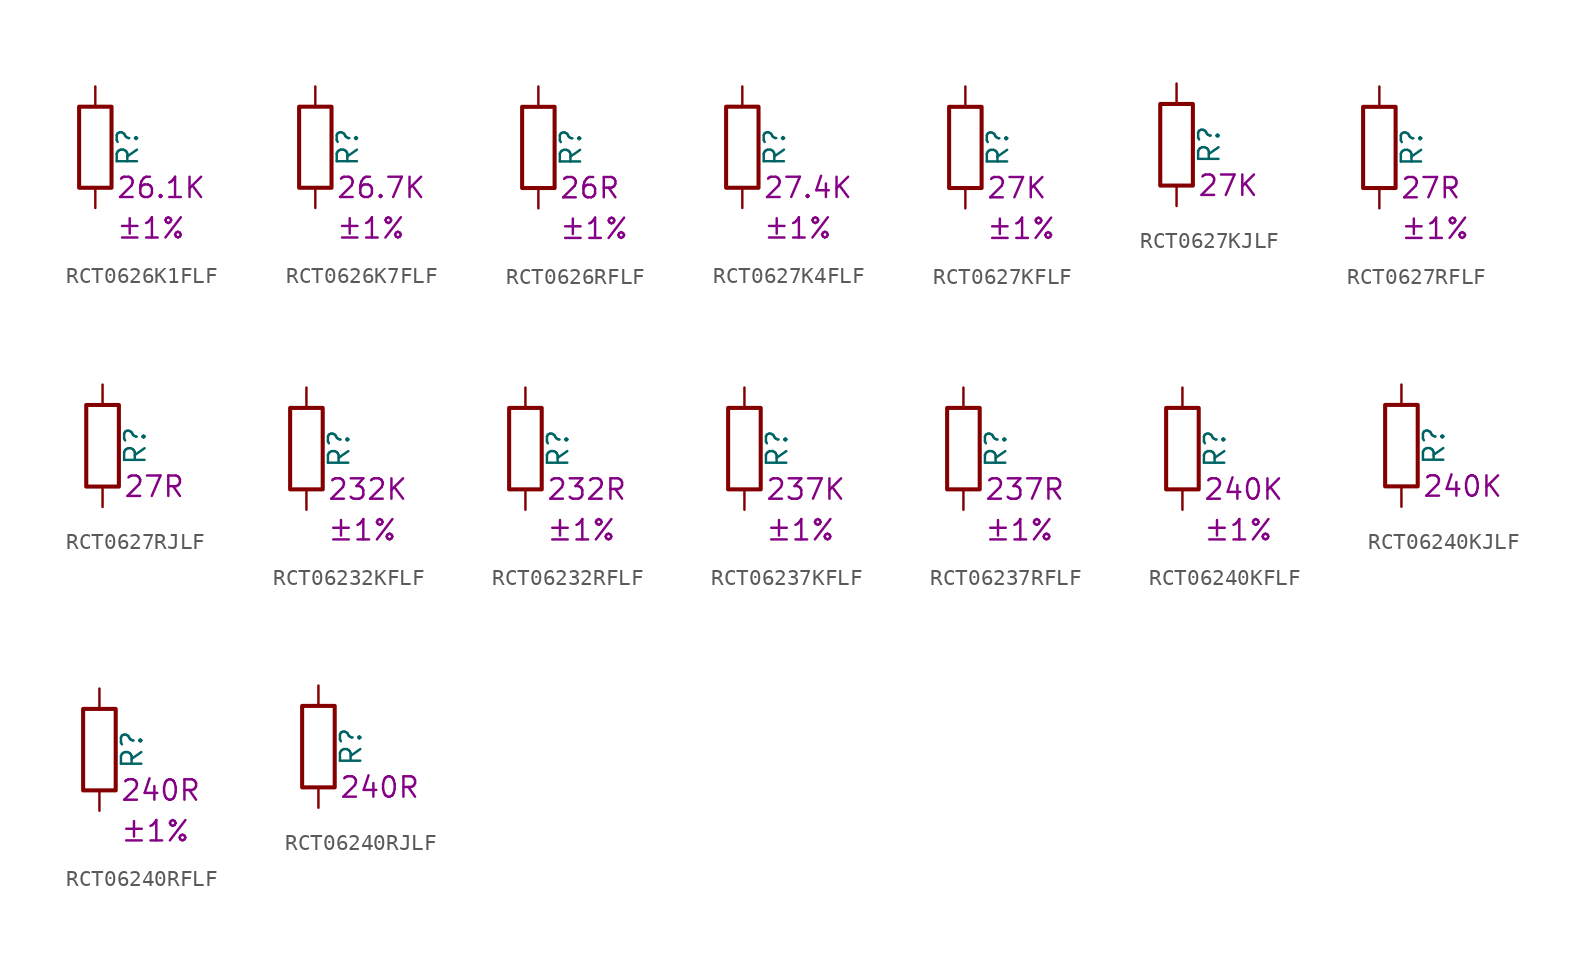
<source format=kicad_sym>
(kicad_symbol_lib
  (version 20220914)
  (generator kicad_symbol_editor)
  (symbol "RCT0626K1FLF"
    (pin_numbers hide)
    (pin_names
      (offset 0))
    (property "Reference" "R"
      (at 2.032 0 90)
      (effects (font (size 1.27 1.27))))
    (property "Resistance" "26.1K"
      (at 1.27 -2.54 0)
      (effects (font (size 1.27 1.27)) (justify left)))
    (property "Tolerance" "±1%"
      (at 1.27 -5.08 0)
      (effects (font (size 1.27 1.27)) (justify left)))
    (symbol "RCT0626K1FLF_0_1"
      (rectangle (start -1.016 -2.54) (end 1.016 2.54) (stroke (width 0.254) (type default)) (fill (type none))))
    (symbol "RCT0626K1FLF_1_1"
      (pin passive line (at 0 3.81 270) (length 1.27) (name "~" (effects (font (size 1.27 1.27)))) (number "1" (effects (font (size 1.27 1.27)))))
      (pin passive line (at 0 -3.81 90) (length 1.27) (name "~" (effects (font (size 1.27 1.27)))) (number "2" (effects (font (size 1.27 1.27)))))))
  (symbol "RCT0626K7FLF"
    (pin_numbers hide)
    (pin_names
      (offset 0))
    (property "Reference" "R"
      (at 2.032 0 90)
      (effects (font (size 1.27 1.27))))
    (property "Resistance" "26.7K"
      (at 1.27 -2.54 0)
      (effects (font (size 1.27 1.27)) (justify left)))
    (property "Tolerance" "±1%"
      (at 1.27 -5.08 0)
      (effects (font (size 1.27 1.27)) (justify left)))
    (symbol "RCT0626K7FLF_0_1"
      (rectangle (start -1.016 -2.54) (end 1.016 2.54) (stroke (width 0.254) (type default)) (fill (type none))))
    (symbol "RCT0626K7FLF_1_1"
      (pin passive line (at 0 3.81 270) (length 1.27) (name "~" (effects (font (size 1.27 1.27)))) (number "1" (effects (font (size 1.27 1.27)))))
      (pin passive line (at 0 -3.81 90) (length 1.27) (name "~" (effects (font (size 1.27 1.27)))) (number "2" (effects (font (size 1.27 1.27)))))))
  (symbol "RCT0626RFLF"
    (pin_numbers hide)
    (pin_names
      (offset 0))
    (property "Reference" "R"
      (at 2.032 0 90)
      (effects (font (size 1.27 1.27))))
    (property "Resistance" "26R"
      (at 1.27 -2.54 0)
      (effects (font (size 1.27 1.27)) (justify left)))
    (property "Tolerance" "±1%"
      (at 1.27 -5.08 0)
      (effects (font (size 1.27 1.27)) (justify left)))
    (symbol "RCT0626RFLF_0_1"
      (rectangle (start -1.016 -2.54) (end 1.016 2.54) (stroke (width 0.254) (type default)) (fill (type none))))
    (symbol "RCT0626RFLF_1_1"
      (pin passive line (at 0 3.81 270) (length 1.27) (name "~" (effects (font (size 1.27 1.27)))) (number "1" (effects (font (size 1.27 1.27)))))
      (pin passive line (at 0 -3.81 90) (length 1.27) (name "~" (effects (font (size 1.27 1.27)))) (number "2" (effects (font (size 1.27 1.27)))))))
  (symbol "RCT0627K4FLF"
    (pin_numbers hide)
    (pin_names
      (offset 0))
    (property "Reference" "R"
      (at 2.032 0 90)
      (effects (font (size 1.27 1.27))))
    (property "Resistance" "27.4K"
      (at 1.27 -2.54 0)
      (effects (font (size 1.27 1.27)) (justify left)))
    (property "Tolerance" "±1%"
      (at 1.27 -5.08 0)
      (effects (font (size 1.27 1.27)) (justify left)))
    (symbol "RCT0627K4FLF_0_1"
      (rectangle (start -1.016 -2.54) (end 1.016 2.54) (stroke (width 0.254) (type default)) (fill (type none))))
    (symbol "RCT0627K4FLF_1_1"
      (pin passive line (at 0 3.81 270) (length 1.27) (name "~" (effects (font (size 1.27 1.27)))) (number "1" (effects (font (size 1.27 1.27)))))
      (pin passive line (at 0 -3.81 90) (length 1.27) (name "~" (effects (font (size 1.27 1.27)))) (number "2" (effects (font (size 1.27 1.27)))))))
  (symbol "RCT0627KFLF"
    (pin_numbers hide)
    (pin_names
      (offset 0))
    (property "Reference" "R"
      (at 2.032 0 90)
      (effects (font (size 1.27 1.27))))
    (property "Resistance" "27K"
      (at 1.27 -2.54 0)
      (effects (font (size 1.27 1.27)) (justify left)))
    (property "Tolerance" "±1%"
      (at 1.27 -5.08 0)
      (effects (font (size 1.27 1.27)) (justify left)))
    (symbol "RCT0627KFLF_0_1"
      (rectangle (start -1.016 -2.54) (end 1.016 2.54) (stroke (width 0.254) (type default)) (fill (type none))))
    (symbol "RCT0627KFLF_1_1"
      (pin passive line (at 0 3.81 270) (length 1.27) (name "~" (effects (font (size 1.27 1.27)))) (number "1" (effects (font (size 1.27 1.27)))))
      (pin passive line (at 0 -3.81 90) (length 1.27) (name "~" (effects (font (size 1.27 1.27)))) (number "2" (effects (font (size 1.27 1.27)))))))
  (symbol "RCT0627KJLF"
    (pin_numbers hide)
    (pin_names
      (offset 0))
    (property "Reference" "R"
      (at 2.032 0 90)
      (effects (font (size 1.27 1.27))))
    (property "Resistance" "27K"
      (at 1.27 -2.54 0)
      (effects (font (size 1.27 1.27)) (justify left)))
    (symbol "RCT0627KJLF_0_1"
      (rectangle (start -1.016 -2.54) (end 1.016 2.54) (stroke (width 0.254) (type default)) (fill (type none))))
    (symbol "RCT0627KJLF_1_1"
      (pin passive line (at 0 3.81 270) (length 1.27) (name "~" (effects (font (size 1.27 1.27)))) (number "1" (effects (font (size 1.27 1.27)))))
      (pin passive line (at 0 -3.81 90) (length 1.27) (name "~" (effects (font (size 1.27 1.27)))) (number "2" (effects (font (size 1.27 1.27)))))))
  (symbol "RCT0627RFLF"
    (pin_numbers hide)
    (pin_names
      (offset 0))
    (property "Reference" "R"
      (at 2.032 0 90)
      (effects (font (size 1.27 1.27))))
    (property "Resistance" "27R"
      (at 1.27 -2.54 0)
      (effects (font (size 1.27 1.27)) (justify left)))
    (property "Tolerance" "±1%"
      (at 1.27 -5.08 0)
      (effects (font (size 1.27 1.27)) (justify left)))
    (symbol "RCT0627RFLF_0_1"
      (rectangle (start -1.016 -2.54) (end 1.016 2.54) (stroke (width 0.254) (type default)) (fill (type none))))
    (symbol "RCT0627RFLF_1_1"
      (pin passive line (at 0 3.81 270) (length 1.27) (name "~" (effects (font (size 1.27 1.27)))) (number "1" (effects (font (size 1.27 1.27)))))
      (pin passive line (at 0 -3.81 90) (length 1.27) (name "~" (effects (font (size 1.27 1.27)))) (number "2" (effects (font (size 1.27 1.27)))))))
  (symbol "RCT0627RJLF"
    (pin_numbers hide)
    (pin_names
      (offset 0))
    (property "Reference" "R"
      (at 2.032 0 90)
      (effects (font (size 1.27 1.27))))
    (property "Resistance" "27R"
      (at 1.27 -2.54 0)
      (effects (font (size 1.27 1.27)) (justify left)))
    (symbol "RCT0627RJLF_0_1"
      (rectangle (start -1.016 -2.54) (end 1.016 2.54) (stroke (width 0.254) (type default)) (fill (type none))))
    (symbol "RCT0627RJLF_1_1"
      (pin passive line (at 0 3.81 270) (length 1.27) (name "~" (effects (font (size 1.27 1.27)))) (number "1" (effects (font (size 1.27 1.27)))))
      (pin passive line (at 0 -3.81 90) (length 1.27) (name "~" (effects (font (size 1.27 1.27)))) (number "2" (effects (font (size 1.27 1.27)))))))
  (symbol "RCT06232KFLF"
    (pin_numbers hide)
    (pin_names
      (offset 0))
    (property "Reference" "R"
      (at 2.032 0 90)
      (effects (font (size 1.27 1.27))))
    (property "Resistance" "232K"
      (at 1.27 -2.54 0)
      (effects (font (size 1.27 1.27)) (justify left)))
    (property "Tolerance" "±1%"
      (at 1.27 -5.08 0)
      (effects (font (size 1.27 1.27)) (justify left)))
    (symbol "RCT06232KFLF_0_1"
      (rectangle (start -1.016 -2.54) (end 1.016 2.54) (stroke (width 0.254) (type default)) (fill (type none))))
    (symbol "RCT06232KFLF_1_1"
      (pin passive line (at 0 3.81 270) (length 1.27) (name "~" (effects (font (size 1.27 1.27)))) (number "1" (effects (font (size 1.27 1.27)))))
      (pin passive line (at 0 -3.81 90) (length 1.27) (name "~" (effects (font (size 1.27 1.27)))) (number "2" (effects (font (size 1.27 1.27)))))))
  (symbol "RCT06232RFLF"
    (pin_numbers hide)
    (pin_names
      (offset 0))
    (property "Reference" "R"
      (at 2.032 0 90)
      (effects (font (size 1.27 1.27))))
    (property "Resistance" "232R"
      (at 1.27 -2.54 0)
      (effects (font (size 1.27 1.27)) (justify left)))
    (property "Tolerance" "±1%"
      (at 1.27 -5.08 0)
      (effects (font (size 1.27 1.27)) (justify left)))
    (symbol "RCT06232RFLF_0_1"
      (rectangle (start -1.016 -2.54) (end 1.016 2.54) (stroke (width 0.254) (type default)) (fill (type none))))
    (symbol "RCT06232RFLF_1_1"
      (pin passive line (at 0 3.81 270) (length 1.27) (name "~" (effects (font (size 1.27 1.27)))) (number "1" (effects (font (size 1.27 1.27)))))
      (pin passive line (at 0 -3.81 90) (length 1.27) (name "~" (effects (font (size 1.27 1.27)))) (number "2" (effects (font (size 1.27 1.27)))))))
  (symbol "RCT06237KFLF"
    (pin_numbers hide)
    (pin_names
      (offset 0))
    (property "Reference" "R"
      (at 2.032 0 90)
      (effects (font (size 1.27 1.27))))
    (property "Resistance" "237K"
      (at 1.27 -2.54 0)
      (effects (font (size 1.27 1.27)) (justify left)))
    (property "Tolerance" "±1%"
      (at 1.27 -5.08 0)
      (effects (font (size 1.27 1.27)) (justify left)))
    (symbol "RCT06237KFLF_0_1"
      (rectangle (start -1.016 -2.54) (end 1.016 2.54) (stroke (width 0.254) (type default)) (fill (type none))))
    (symbol "RCT06237KFLF_1_1"
      (pin passive line (at 0 3.81 270) (length 1.27) (name "~" (effects (font (size 1.27 1.27)))) (number "1" (effects (font (size 1.27 1.27)))))
      (pin passive line (at 0 -3.81 90) (length 1.27) (name "~" (effects (font (size 1.27 1.27)))) (number "2" (effects (font (size 1.27 1.27)))))))
  (symbol "RCT06237RFLF"
    (pin_numbers hide)
    (pin_names
      (offset 0))
    (property "Reference" "R"
      (at 2.032 0 90)
      (effects (font (size 1.27 1.27))))
    (property "Resistance" "237R"
      (at 1.27 -2.54 0)
      (effects (font (size 1.27 1.27)) (justify left)))
    (property "Tolerance" "±1%"
      (at 1.27 -5.08 0)
      (effects (font (size 1.27 1.27)) (justify left)))
    (symbol "RCT06237RFLF_0_1"
      (rectangle (start -1.016 -2.54) (end 1.016 2.54) (stroke (width 0.254) (type default)) (fill (type none))))
    (symbol "RCT06237RFLF_1_1"
      (pin passive line (at 0 3.81 270) (length 1.27) (name "~" (effects (font (size 1.27 1.27)))) (number "1" (effects (font (size 1.27 1.27)))))
      (pin passive line (at 0 -3.81 90) (length 1.27) (name "~" (effects (font (size 1.27 1.27)))) (number "2" (effects (font (size 1.27 1.27)))))))
  (symbol "RCT06240KFLF"
    (pin_numbers hide)
    (pin_names
      (offset 0))
    (property "Reference" "R"
      (at 2.032 0 90)
      (effects (font (size 1.27 1.27))))
    (property "Resistance" "240K"
      (at 1.27 -2.54 0)
      (effects (font (size 1.27 1.27)) (justify left)))
    (property "Tolerance" "±1%"
      (at 1.27 -5.08 0)
      (effects (font (size 1.27 1.27)) (justify left)))
    (symbol "RCT06240KFLF_0_1"
      (rectangle (start -1.016 -2.54) (end 1.016 2.54) (stroke (width 0.254) (type default)) (fill (type none))))
    (symbol "RCT06240KFLF_1_1"
      (pin passive line (at 0 3.81 270) (length 1.27) (name "~" (effects (font (size 1.27 1.27)))) (number "1" (effects (font (size 1.27 1.27)))))
      (pin passive line (at 0 -3.81 90) (length 1.27) (name "~" (effects (font (size 1.27 1.27)))) (number "2" (effects (font (size 1.27 1.27)))))))
  (symbol "RCT06240KJLF"
    (pin_numbers hide)
    (pin_names
      (offset 0))
    (property "Reference" "R"
      (at 2.032 0 90)
      (effects (font (size 1.27 1.27))))
    (property "Resistance" "240K"
      (at 1.27 -2.54 0)
      (effects (font (size 1.27 1.27)) (justify left)))
    (symbol "RCT06240KJLF_0_1"
      (rectangle (start -1.016 -2.54) (end 1.016 2.54) (stroke (width 0.254) (type default)) (fill (type none))))
    (symbol "RCT06240KJLF_1_1"
      (pin passive line (at 0 3.81 270) (length 1.27) (name "~" (effects (font (size 1.27 1.27)))) (number "1" (effects (font (size 1.27 1.27)))))
      (pin passive line (at 0 -3.81 90) (length 1.27) (name "~" (effects (font (size 1.27 1.27)))) (number "2" (effects (font (size 1.27 1.27)))))))
  (symbol "RCT06240RFLF"
    (pin_numbers hide)
    (pin_names
      (offset 0))
    (property "Reference" "R"
      (at 2.032 0 90)
      (effects (font (size 1.27 1.27))))
    (property "Resistance" "240R"
      (at 1.27 -2.54 0)
      (effects (font (size 1.27 1.27)) (justify left)))
    (property "Tolerance" "±1%"
      (at 1.27 -5.08 0)
      (effects (font (size 1.27 1.27)) (justify left)))
    (symbol "RCT06240RFLF_0_1"
      (rectangle (start -1.016 -2.54) (end 1.016 2.54) (stroke (width 0.254) (type default)) (fill (type none))))
    (symbol "RCT06240RFLF_1_1"
      (pin passive line (at 0 3.81 270) (length 1.27) (name "~" (effects (font (size 1.27 1.27)))) (number "1" (effects (font (size 1.27 1.27)))))
      (pin passive line (at 0 -3.81 90) (length 1.27) (name "~" (effects (font (size 1.27 1.27)))) (number "2" (effects (font (size 1.27 1.27)))))))
  (symbol "RCT06240RJLF"
    (pin_numbers hide)
    (pin_names
      (offset 0))
    (property "Reference" "R"
      (at 2.032 0 90)
      (effects (font (size 1.27 1.27))))
    (property "Resistance" "240R"
      (at 1.27 -2.54 0)
      (effects (font (size 1.27 1.27)) (justify left)))
    (symbol "RCT06240RJLF_0_1"
      (rectangle (start -1.016 -2.54) (end 1.016 2.54) (stroke (width 0.254) (type default)) (fill (type none))))
    (symbol "RCT06240RJLF_1_1"
      (pin passive line (at 0 3.81 270) (length 1.27) (name "~" (effects (font (size 1.27 1.27)))) (number "1" (effects (font (size 1.27 1.27)))))
      (pin passive line (at 0 -3.81 90) (length 1.27) (name "~" (effects (font (size 1.27 1.27)))) (number "2" (effects (font (size 1.27 1.27))))))))
</source>
